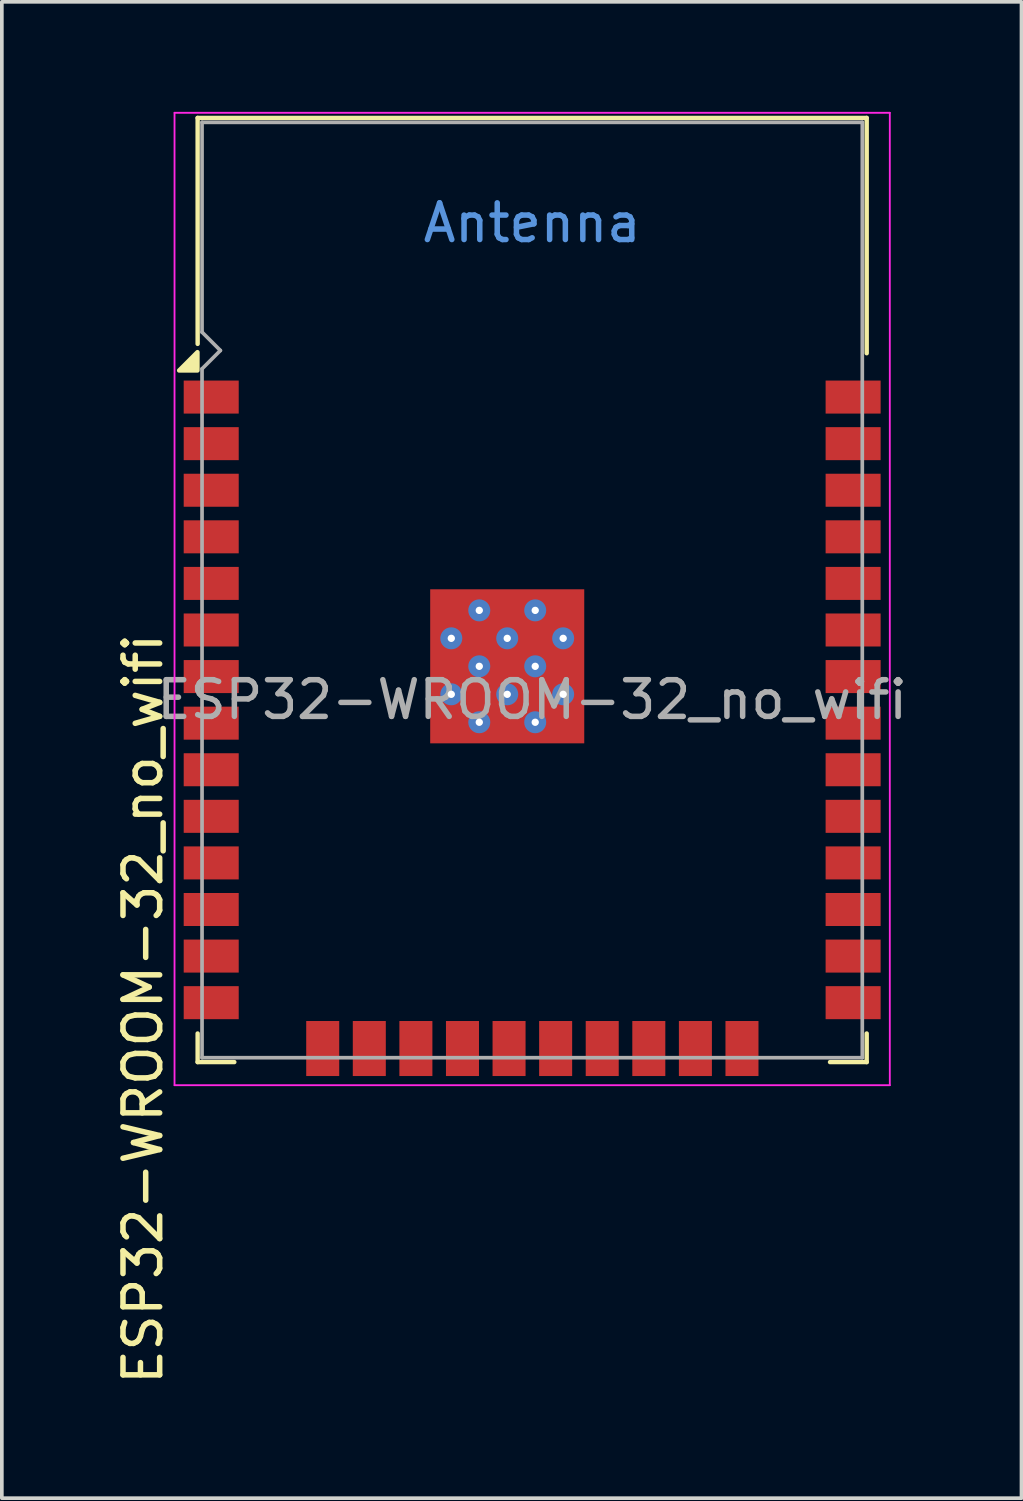
<source format=kicad_pcb>
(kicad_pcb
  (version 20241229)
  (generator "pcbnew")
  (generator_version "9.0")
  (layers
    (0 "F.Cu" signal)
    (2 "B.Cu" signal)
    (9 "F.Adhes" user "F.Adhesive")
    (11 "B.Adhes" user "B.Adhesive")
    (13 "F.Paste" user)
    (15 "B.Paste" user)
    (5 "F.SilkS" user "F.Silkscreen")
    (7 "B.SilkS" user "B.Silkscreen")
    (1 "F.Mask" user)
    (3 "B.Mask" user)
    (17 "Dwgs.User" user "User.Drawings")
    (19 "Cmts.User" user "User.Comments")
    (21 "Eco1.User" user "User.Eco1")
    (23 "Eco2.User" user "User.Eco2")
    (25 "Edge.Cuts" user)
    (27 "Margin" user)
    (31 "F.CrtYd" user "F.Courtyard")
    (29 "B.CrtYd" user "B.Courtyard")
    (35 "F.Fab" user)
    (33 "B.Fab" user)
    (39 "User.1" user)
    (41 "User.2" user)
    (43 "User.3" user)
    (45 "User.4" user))
  (footprint "ESP32-WROOM-32_no_wifi"
    (layer "F.Cu")
    (at 11.458 16.025)
    (property "Reference" "ESP32-WROOM-32_no_wifi" (at -10.61 8.43 90) (layer "F.SilkS") (effects (font (size 1 1) (thickness 0.15))))
    (attr smd)
    (fp_line (start -9.12 -15.86) (end -9.12 -9.7) (stroke (width 0.12) (type solid)) (layer "F.SilkS"))
    (fp_line (start -9.12 -15.86) (end 9.12 -15.86) (stroke (width 0.12) (type solid)) (layer "F.SilkS"))
    (fp_line (start -9.12 9.1) (end -9.12 9.88) (stroke (width 0.12) (type solid)) (layer "F.SilkS"))
    (fp_line (start -9.12 9.88) (end -8.12 9.88) (stroke (width 0.12) (type solid)) (layer "F.SilkS"))
    (fp_line (start 9.12 -15.86) (end 9.12 -9.445) (stroke (width 0.12) (type solid)) (layer "F.SilkS"))
    (fp_line (start 9.12 9.1) (end 9.12 9.88) (stroke (width 0.12) (type solid)) (layer "F.SilkS"))
    (fp_line (start 9.12 9.88) (end 8.12 9.88) (stroke (width 0.12) (type solid)) (layer "F.SilkS"))
    (fp_poly (pts (xy -9.125 -8.975) (xy -9.625 -8.975) (xy -9.125 -9.475) (xy -9.125 -8.975)) (stroke (width 0.12) (type solid)) (fill yes) (layer "F.SilkS"))
    (fp_line (start -9.75 10.51) (end -9.75 -16) (stroke (width 0.05) (type solid)) (layer "F.CrtYd"))
    (fp_line (start -9.75 10.51) (end 9.75 10.51) (stroke (width 0.05) (type solid)) (layer "F.CrtYd"))
    (fp_line (start 9.75 -16) (end -9.75 -16) (stroke (width 0.05) (type solid)) (layer "F.CrtYd"))
    (fp_line (start 9.75 -16) (end 9.75 10.51) (stroke (width 0.05) (type solid)) (layer "F.CrtYd"))
    (fp_line (start -9 -15.74) (end -9 -10.02) (stroke (width 0.1) (type solid)) (layer "F.Fab"))
    (fp_line (start -9 -15.74) (end 9 -15.74) (stroke (width 0.1) (type solid)) (layer "F.Fab"))
    (fp_line (start -9 -9.02) (end -9 9.76) (stroke (width 0.1) (type solid)) (layer "F.Fab"))
    (fp_line (start -9 -9.02) (end -8.5 -9.52) (stroke (width 0.1) (type solid)) (layer "F.Fab"))
    (fp_line (start -9 9.76) (end 9 9.76) (stroke (width 0.1) (type solid)) (layer "F.Fab"))
    (fp_line (start -8.5 -9.52) (end -9 -10.02) (stroke (width 0.1) (type solid)) (layer "F.Fab"))
    (fp_line (start 9 9.76) (end 9 -15.74) (stroke (width 0.1) (type solid)) (layer "F.Fab"))
    (fp_text user "Antenna" (at 0 -13 0) (layer "Cmts.User") (effects (font (size 1 1) (thickness 0.15))))
    (fp_text user "${REFERENCE}" (at 0 0 0) (layer "F.Fab") (effects (font (size 1 1) (thickness 0.15))))
    (pad "1" smd rect (at -8.75 -8.25) (size 1.5 0.9) (layers "F.Cu" "F.Mask" "F.Paste"))
    (pad "2" smd rect (at -8.75 -6.98) (size 1.5 0.9) (layers "F.Cu" "F.Mask" "F.Paste"))
    (pad "3" smd rect (at -8.75 -5.71) (size 1.5 0.9) (layers "F.Cu" "F.Mask" "F.Paste"))
    (pad "4" smd rect (at -8.75 -4.44) (size 1.5 0.9) (layers "F.Cu" "F.Mask" "F.Paste"))
    (pad "5" smd rect (at -8.75 -3.17) (size 1.5 0.9) (layers "F.Cu" "F.Mask" "F.Paste"))
    (pad "6" smd rect (at -8.75 -1.9) (size 1.5 0.9) (layers "F.Cu" "F.Mask" "F.Paste"))
    (pad "7" smd rect (at -8.75 -0.63) (size 1.5 0.9) (layers "F.Cu" "F.Mask" "F.Paste"))
    (pad "8" smd rect (at -8.75 0.64) (size 1.5 0.9) (layers "F.Cu" "F.Mask" "F.Paste"))
    (pad "9" smd rect (at -8.75 1.91) (size 1.5 0.9) (layers "F.Cu" "F.Mask" "F.Paste"))
    (pad "10" smd rect (at -8.75 3.18) (size 1.5 0.9) (layers "F.Cu" "F.Mask" "F.Paste"))
    (pad "11" smd rect (at -8.75 4.45) (size 1.5 0.9) (layers "F.Cu" "F.Mask" "F.Paste"))
    (pad "12" smd rect (at -8.75 5.72) (size 1.5 0.9) (layers "F.Cu" "F.Mask" "F.Paste"))
    (pad "13" smd rect (at -8.75 6.99) (size 1.5 0.9) (layers "F.Cu" "F.Mask" "F.Paste"))
    (pad "14" smd rect (at -8.75 8.26) (size 1.5 0.9) (layers "F.Cu" "F.Mask" "F.Paste"))
    (pad "15" smd rect (at -5.71 9.51 90) (size 1.5 0.9) (layers "F.Cu" "F.Mask" "F.Paste"))
    (pad "16" smd rect (at -4.44 9.51 90) (size 1.5 0.9) (layers "F.Cu" "F.Mask" "F.Paste"))
    (pad "17" smd rect (at -3.17 9.51 90) (size 1.5 0.9) (layers "F.Cu" "F.Mask" "F.Paste"))
    (pad "18" smd rect (at -1.9 9.51 90) (size 1.5 0.9) (layers "F.Cu" "F.Mask" "F.Paste"))
    (pad "19" smd rect (at -0.63 9.51 90) (size 1.5 0.9) (layers "F.Cu" "F.Mask" "F.Paste"))
    (pad "20" smd rect (at 0.64 9.51 90) (size 1.5 0.9) (layers "F.Cu" "F.Mask" "F.Paste"))
    (pad "21" smd rect (at 1.91 9.51 90) (size 1.5 0.9) (layers "F.Cu" "F.Mask" "F.Paste"))
    (pad "22" smd rect (at 3.18 9.51 90) (size 1.5 0.9) (layers "F.Cu" "F.Mask" "F.Paste"))
    (pad "23" smd rect (at 4.45 9.51 90) (size 1.5 0.9) (layers "F.Cu" "F.Mask" "F.Paste"))
    (pad "24" smd rect (at 5.72 9.51 90) (size 1.5 0.9) (layers "F.Cu" "F.Mask" "F.Paste"))
    (pad "25" smd rect (at 8.75 8.26) (size 1.5 0.9) (layers "F.Cu" "F.Mask" "F.Paste"))
    (pad "26" smd rect (at 8.75 6.99) (size 1.5 0.9) (layers "F.Cu" "F.Mask" "F.Paste"))
    (pad "27" smd rect (at 8.75 5.72) (size 1.5 0.9) (layers "F.Cu" "F.Mask" "F.Paste"))
    (pad "28" smd rect (at 8.75 4.45) (size 1.5 0.9) (layers "F.Cu" "F.Mask" "F.Paste"))
    (pad "29" smd rect (at 8.75 3.18) (size 1.5 0.9) (layers "F.Cu" "F.Mask" "F.Paste"))
    (pad "30" smd rect (at 8.75 1.91) (size 1.5 0.9) (layers "F.Cu" "F.Mask" "F.Paste"))
    (pad "31" smd rect (at 8.75 0.64) (size 1.5 0.9) (layers "F.Cu" "F.Mask" "F.Paste"))
    (pad "32" smd rect (at 8.75 -0.63) (size 1.5 0.9) (layers "F.Cu" "F.Mask" "F.Paste"))
    (pad "33" smd rect (at 8.75 -1.9) (size 1.5 0.9) (layers "F.Cu" "F.Mask" "F.Paste"))
    (pad "34" smd rect (at 8.75 -3.17) (size 1.5 0.9) (layers "F.Cu" "F.Mask" "F.Paste"))
    (pad "35" smd rect (at 8.75 -4.44) (size 1.5 0.9) (layers "F.Cu" "F.Mask" "F.Paste"))
    (pad "36" smd rect (at 8.75 -5.71) (size 1.5 0.9) (layers "F.Cu" "F.Mask" "F.Paste"))
    (pad "37" smd rect (at 8.75 -6.98) (size 1.5 0.9) (layers "F.Cu" "F.Mask" "F.Paste"))
    (pad "38" smd rect (at 8.75 -8.25) (size 1.5 0.9) (layers "F.Cu" "F.Mask" "F.Paste"))
    (pad "39" smd rect (at -2.205 -2.435) (size 1.05 1.05) (layers "F.Cu" "F.Paste"))
    (pad "39" thru_hole circle (at -2.205 -1.673) (size 0.6 0.6) (drill 0.2) (property pad_prop_heatsink) (layers "*.Cu" "F.Mask"))
    (pad "39" smd rect (at -2.205 -0.91) (size 1.05 1.05) (layers "F.Cu" "F.Paste"))
    (pad "39" thru_hole circle (at -2.205 -0.147) (size 0.6 0.6) (drill 0.2) (property pad_prop_heatsink) (layers "*.Cu" "F.Mask"))
    (pad "39" smd rect (at -2.205 0.615) (size 1.05 1.05) (layers "F.Cu" "F.Paste"))
    (pad "39" thru_hole circle (at -1.442 -2.435) (size 0.6 0.6) (drill 0.2) (property pad_prop_heatsink) (layers "*.Cu" "F.Mask"))
    (pad "39" thru_hole circle (at -1.442 -0.91) (size 0.6 0.6) (drill 0.2) (property pad_prop_heatsink) (layers "*.Cu" "F.Mask"))
    (pad "39" thru_hole circle (at -1.442 0.615) (size 0.6 0.6) (drill 0.2) (property pad_prop_heatsink) (layers "*.Cu" "F.Mask"))
    (pad "39" smd rect (at -0.68 -2.435) (size 1.05 1.05) (layers "F.Cu" "F.Paste"))
    (pad "39" thru_hole circle (at -0.68 -1.673) (size 0.6 0.6) (drill 0.2) (property pad_prop_heatsink) (layers "*.Cu" "F.Mask"))
    (pad "39" smd rect (at -0.68 -0.91) (size 1.05 1.05) (layers "F.Cu" "F.Paste"))
    (pad "39" smd rect (at -0.68 -0.91) (size 4.2 4.2) (layers "F.Cu" "F.Mask"))
    (pad "39" thru_hole circle (at -0.68 -0.147) (size 0.6 0.6) (drill 0.2) (property pad_prop_heatsink) (layers "*.Cu" "F.Mask"))
    (pad "39" smd rect (at -0.68 0.615) (size 1.05 1.05) (layers "F.Cu" "F.Paste"))
    (pad "39" thru_hole circle (at 0.083 -2.435) (size 0.6 0.6) (drill 0.2) (property pad_prop_heatsink) (layers "*.Cu" "F.Mask"))
    (pad "39" thru_hole circle (at 0.083 -0.91) (size 0.6 0.6) (drill 0.2) (property pad_prop_heatsink) (layers "*.Cu" "F.Mask"))
    (pad "39" thru_hole circle (at 0.083 0.615) (size 0.6 0.6) (drill 0.2) (property pad_prop_heatsink) (layers "*.Cu" "F.Mask"))
    (pad "39" smd rect (at 0.845 -2.435) (size 1.05 1.05) (layers "F.Cu" "F.Paste"))
    (pad "39" thru_hole circle (at 0.845 -1.673) (size 0.6 0.6) (drill 0.2) (property pad_prop_heatsink) (layers "*.Cu" "F.Mask"))
    (pad "39" smd rect (at 0.845 -0.91) (size 1.05 1.05) (layers "F.Cu" "F.Paste"))
    (pad "39" thru_hole circle (at 0.845 -0.147) (size 0.6 0.6) (drill 0.2) (property pad_prop_heatsink) (layers "*.Cu" "F.Mask"))
    (pad "39" smd rect (at 0.845 0.615) (size 1.05 1.05) (layers "F.Cu" "F.Paste")))
  (gr_rect
    (start -3 -3)
    (end 24.798 37.794)
    (stroke (width 0.1) (type default))
    (fill no)
    (layer "Edge.Cuts")))
</source>
